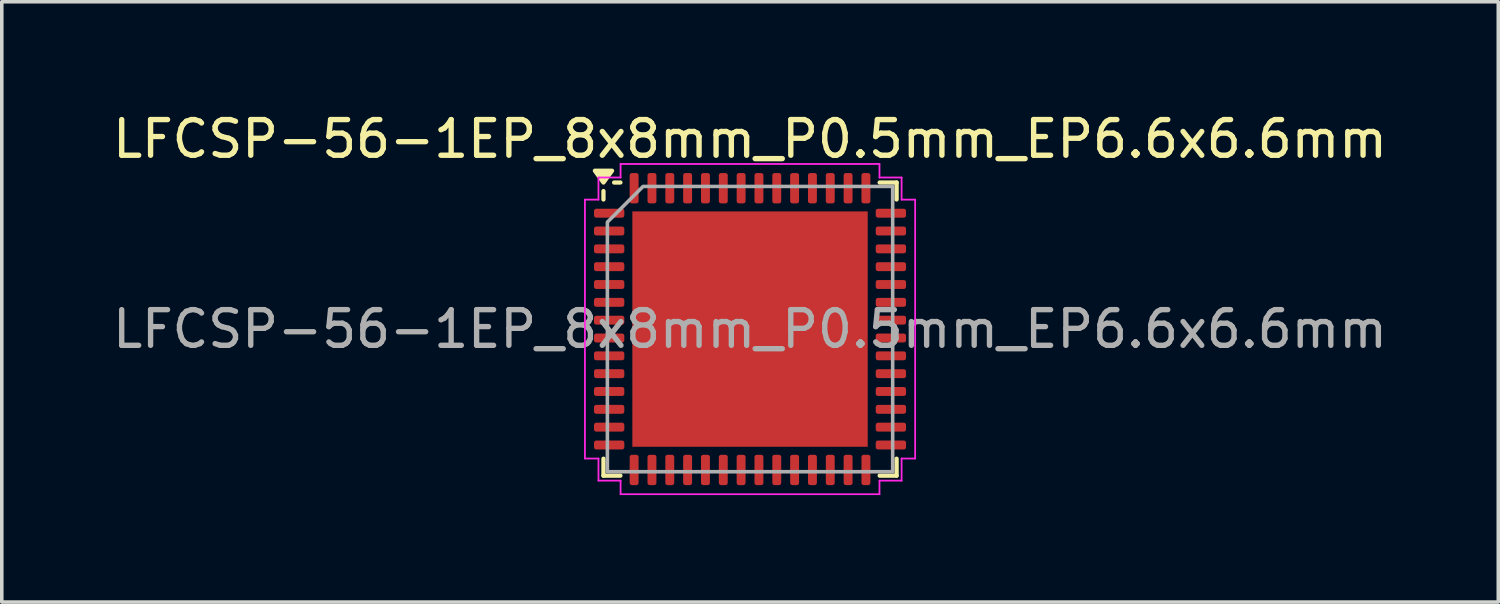
<source format=kicad_pcb>
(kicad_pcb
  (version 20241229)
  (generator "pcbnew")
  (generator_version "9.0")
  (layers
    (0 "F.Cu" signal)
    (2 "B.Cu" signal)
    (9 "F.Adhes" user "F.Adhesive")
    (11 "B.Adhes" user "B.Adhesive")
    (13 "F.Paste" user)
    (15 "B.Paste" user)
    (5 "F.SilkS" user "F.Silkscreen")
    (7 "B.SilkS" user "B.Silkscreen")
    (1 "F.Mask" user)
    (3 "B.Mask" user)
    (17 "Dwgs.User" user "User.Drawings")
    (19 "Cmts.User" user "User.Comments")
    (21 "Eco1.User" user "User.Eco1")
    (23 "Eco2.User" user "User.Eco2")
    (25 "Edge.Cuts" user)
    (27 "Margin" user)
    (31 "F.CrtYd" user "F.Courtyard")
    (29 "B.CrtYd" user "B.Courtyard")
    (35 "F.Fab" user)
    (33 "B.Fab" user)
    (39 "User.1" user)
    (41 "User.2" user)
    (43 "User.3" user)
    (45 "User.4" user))
  (footprint "LFCSP-56-1EP_8x8mm_P0.5mm_EP6.6x6.6mm"
    (layer "F.Cu")
    (at 17.982 6.178)
    (property "Reference" "LFCSP-56-1EP_8x8mm_P0.5mm_EP6.6x6.6mm" (at 0 -5.33 0) (layer "F.SilkS") (effects (font (size 1 1) (thickness 0.15))))
    (attr smd)
    (fp_line (start -4.11 -3.635) (end -4.11 -3.87) (stroke (width 0.12) (type solid)) (layer "F.SilkS"))
    (fp_line (start -4.11 4.11) (end -4.11 3.635) (stroke (width 0.12) (type solid)) (layer "F.SilkS"))
    (fp_line (start -3.635 -4.11) (end -3.81 -4.11) (stroke (width 0.12) (type solid)) (layer "F.SilkS"))
    (fp_line (start -3.635 4.11) (end -4.11 4.11) (stroke (width 0.12) (type solid)) (layer "F.SilkS"))
    (fp_line (start 3.635 -4.11) (end 4.11 -4.11) (stroke (width 0.12) (type solid)) (layer "F.SilkS"))
    (fp_line (start 3.635 4.11) (end 4.11 4.11) (stroke (width 0.12) (type solid)) (layer "F.SilkS"))
    (fp_line (start 4.11 -4.11) (end 4.11 -3.635) (stroke (width 0.12) (type solid)) (layer "F.SilkS"))
    (fp_line (start 4.11 4.11) (end 4.11 3.635) (stroke (width 0.12) (type solid)) (layer "F.SilkS"))
    (fp_poly (pts (xy -4.11 -4.11) (xy -4.35 -4.44) (xy -3.87 -4.44)) (stroke (width 0.12) (type solid)) (fill yes) (layer "F.SilkS"))
    (fp_line (start -4.63 -3.63) (end -4.25 -3.63) (stroke (width 0.05) (type solid)) (layer "F.CrtYd"))
    (fp_line (start -4.63 3.63) (end -4.63 -3.63) (stroke (width 0.05) (type solid)) (layer "F.CrtYd"))
    (fp_line (start -4.25 -4.25) (end -3.63 -4.25) (stroke (width 0.05) (type solid)) (layer "F.CrtYd"))
    (fp_line (start -4.25 -3.63) (end -4.25 -4.25) (stroke (width 0.05) (type solid)) (layer "F.CrtYd"))
    (fp_line (start -4.25 3.63) (end -4.63 3.63) (stroke (width 0.05) (type solid)) (layer "F.CrtYd"))
    (fp_line (start -4.25 4.25) (end -4.25 3.63) (stroke (width 0.05) (type solid)) (layer "F.CrtYd"))
    (fp_line (start -3.63 -4.63) (end 3.63 -4.63) (stroke (width 0.05) (type solid)) (layer "F.CrtYd"))
    (fp_line (start -3.63 -4.25) (end -3.63 -4.63) (stroke (width 0.05) (type solid)) (layer "F.CrtYd"))
    (fp_line (start -3.63 4.25) (end -4.25 4.25) (stroke (width 0.05) (type solid)) (layer "F.CrtYd"))
    (fp_line (start -3.63 4.63) (end -3.63 4.25) (stroke (width 0.05) (type solid)) (layer "F.CrtYd"))
    (fp_line (start 3.63 -4.63) (end 3.63 -4.25) (stroke (width 0.05) (type solid)) (layer "F.CrtYd"))
    (fp_line (start 3.63 -4.25) (end 4.25 -4.25) (stroke (width 0.05) (type solid)) (layer "F.CrtYd"))
    (fp_line (start 3.63 4.25) (end 3.63 4.63) (stroke (width 0.05) (type solid)) (layer "F.CrtYd"))
    (fp_line (start 3.63 4.63) (end -3.63 4.63) (stroke (width 0.05) (type solid)) (layer "F.CrtYd"))
    (fp_line (start 4.25 -4.25) (end 4.25 -3.63) (stroke (width 0.05) (type solid)) (layer "F.CrtYd"))
    (fp_line (start 4.25 -3.63) (end 4.63 -3.63) (stroke (width 0.05) (type solid)) (layer "F.CrtYd"))
    (fp_line (start 4.25 3.63) (end 4.25 4.25) (stroke (width 0.05) (type solid)) (layer "F.CrtYd"))
    (fp_line (start 4.25 4.25) (end 3.63 4.25) (stroke (width 0.05) (type solid)) (layer "F.CrtYd"))
    (fp_line (start 4.63 -3.63) (end 4.63 3.63) (stroke (width 0.05) (type solid)) (layer "F.CrtYd"))
    (fp_line (start 4.63 3.63) (end 4.25 3.63) (stroke (width 0.05) (type solid)) (layer "F.CrtYd"))
    (fp_poly (pts (xy -4 -3) (xy -4 4) (xy 4 4) (xy 4 -4) (xy -3 -4)) (stroke (width 0.1) (type solid)) (fill no) (layer "F.Fab"))
    (fp_text user "${REFERENCE}" (at 0 0 0) (layer "F.Fab") (effects (font (size 1 1) (thickness 0.15))))
    (pad "" smd roundrect (at -2.2 -2.2) (size 1.77 1.77) (layers "F.Paste") (roundrect_rratio 0.141))
    (pad "" smd roundrect (at -2.2 0) (size 1.77 1.77) (layers "F.Paste") (roundrect_rratio 0.141))
    (pad "" smd roundrect (at -2.2 2.2) (size 1.77 1.77) (layers "F.Paste") (roundrect_rratio 0.141))
    (pad "" smd roundrect (at 0 -2.2) (size 1.77 1.77) (layers "F.Paste") (roundrect_rratio 0.141))
    (pad "" smd roundrect (at 0 0) (size 1.77 1.77) (layers "F.Paste") (roundrect_rratio 0.141))
    (pad "" smd roundrect (at 0 2.2) (size 1.77 1.77) (layers "F.Paste") (roundrect_rratio 0.141))
    (pad "" smd roundrect (at 2.2 -2.2) (size 1.77 1.77) (layers "F.Paste") (roundrect_rratio 0.141))
    (pad "" smd roundrect (at 2.2 0) (size 1.77 1.77) (layers "F.Paste") (roundrect_rratio 0.141))
    (pad "" smd roundrect (at 2.2 2.2) (size 1.77 1.77) (layers "F.Paste") (roundrect_rratio 0.141))
    (pad "1" smd roundrect (at -3.95 -3.25) (size 0.85 0.25) (layers "F.Cu" "F.Mask" "F.Paste") (roundrect_rratio 0.25))
    (pad "2" smd roundrect (at -3.95 -2.75) (size 0.85 0.25) (layers "F.Cu" "F.Mask" "F.Paste") (roundrect_rratio 0.25))
    (pad "3" smd roundrect (at -3.95 -2.25) (size 0.85 0.25) (layers "F.Cu" "F.Mask" "F.Paste") (roundrect_rratio 0.25))
    (pad "4" smd roundrect (at -3.95 -1.75) (size 0.85 0.25) (layers "F.Cu" "F.Mask" "F.Paste") (roundrect_rratio 0.25))
    (pad "5" smd roundrect (at -3.95 -1.25) (size 0.85 0.25) (layers "F.Cu" "F.Mask" "F.Paste") (roundrect_rratio 0.25))
    (pad "6" smd roundrect (at -3.95 -0.75) (size 0.85 0.25) (layers "F.Cu" "F.Mask" "F.Paste") (roundrect_rratio 0.25))
    (pad "7" smd roundrect (at -3.95 -0.25) (size 0.85 0.25) (layers "F.Cu" "F.Mask" "F.Paste") (roundrect_rratio 0.25))
    (pad "8" smd roundrect (at -3.95 0.25) (size 0.85 0.25) (layers "F.Cu" "F.Mask" "F.Paste") (roundrect_rratio 0.25))
    (pad "9" smd roundrect (at -3.95 0.75) (size 0.85 0.25) (layers "F.Cu" "F.Mask" "F.Paste") (roundrect_rratio 0.25))
    (pad "10" smd roundrect (at -3.95 1.25) (size 0.85 0.25) (layers "F.Cu" "F.Mask" "F.Paste") (roundrect_rratio 0.25))
    (pad "11" smd roundrect (at -3.95 1.75) (size 0.85 0.25) (layers "F.Cu" "F.Mask" "F.Paste") (roundrect_rratio 0.25))
    (pad "12" smd roundrect (at -3.95 2.25) (size 0.85 0.25) (layers "F.Cu" "F.Mask" "F.Paste") (roundrect_rratio 0.25))
    (pad "13" smd roundrect (at -3.95 2.75) (size 0.85 0.25) (layers "F.Cu" "F.Mask" "F.Paste") (roundrect_rratio 0.25))
    (pad "14" smd roundrect (at -3.95 3.25) (size 0.85 0.25) (layers "F.Cu" "F.Mask" "F.Paste") (roundrect_rratio 0.25))
    (pad "15" smd roundrect (at -3.25 3.95) (size 0.25 0.85) (layers "F.Cu" "F.Mask" "F.Paste") (roundrect_rratio 0.25))
    (pad "16" smd roundrect (at -2.75 3.95) (size 0.25 0.85) (layers "F.Cu" "F.Mask" "F.Paste") (roundrect_rratio 0.25))
    (pad "17" smd roundrect (at -2.25 3.95) (size 0.25 0.85) (layers "F.Cu" "F.Mask" "F.Paste") (roundrect_rratio 0.25))
    (pad "18" smd roundrect (at -1.75 3.95) (size 0.25 0.85) (layers "F.Cu" "F.Mask" "F.Paste") (roundrect_rratio 0.25))
    (pad "19" smd roundrect (at -1.25 3.95) (size 0.25 0.85) (layers "F.Cu" "F.Mask" "F.Paste") (roundrect_rratio 0.25))
    (pad "20" smd roundrect (at -0.75 3.95) (size 0.25 0.85) (layers "F.Cu" "F.Mask" "F.Paste") (roundrect_rratio 0.25))
    (pad "21" smd roundrect (at -0.25 3.95) (size 0.25 0.85) (layers "F.Cu" "F.Mask" "F.Paste") (roundrect_rratio 0.25))
    (pad "22" smd roundrect (at 0.25 3.95) (size 0.25 0.85) (layers "F.Cu" "F.Mask" "F.Paste") (roundrect_rratio 0.25))
    (pad "23" smd roundrect (at 0.75 3.95) (size 0.25 0.85) (layers "F.Cu" "F.Mask" "F.Paste") (roundrect_rratio 0.25))
    (pad "24" smd roundrect (at 1.25 3.95) (size 0.25 0.85) (layers "F.Cu" "F.Mask" "F.Paste") (roundrect_rratio 0.25))
    (pad "25" smd roundrect (at 1.75 3.95) (size 0.25 0.85) (layers "F.Cu" "F.Mask" "F.Paste") (roundrect_rratio 0.25))
    (pad "26" smd roundrect (at 2.25 3.95) (size 0.25 0.85) (layers "F.Cu" "F.Mask" "F.Paste") (roundrect_rratio 0.25))
    (pad "27" smd roundrect (at 2.75 3.95) (size 0.25 0.85) (layers "F.Cu" "F.Mask" "F.Paste") (roundrect_rratio 0.25))
    (pad "28" smd roundrect (at 3.25 3.95) (size 0.25 0.85) (layers "F.Cu" "F.Mask" "F.Paste") (roundrect_rratio 0.25))
    (pad "29" smd roundrect (at 3.95 3.25) (size 0.85 0.25) (layers "F.Cu" "F.Mask" "F.Paste") (roundrect_rratio 0.25))
    (pad "30" smd roundrect (at 3.95 2.75) (size 0.85 0.25) (layers "F.Cu" "F.Mask" "F.Paste") (roundrect_rratio 0.25))
    (pad "31" smd roundrect (at 3.95 2.25) (size 0.85 0.25) (layers "F.Cu" "F.Mask" "F.Paste") (roundrect_rratio 0.25))
    (pad "32" smd roundrect (at 3.95 1.75) (size 0.85 0.25) (layers "F.Cu" "F.Mask" "F.Paste") (roundrect_rratio 0.25))
    (pad "33" smd roundrect (at 3.95 1.25) (size 0.85 0.25) (layers "F.Cu" "F.Mask" "F.Paste") (roundrect_rratio 0.25))
    (pad "34" smd roundrect (at 3.95 0.75) (size 0.85 0.25) (layers "F.Cu" "F.Mask" "F.Paste") (roundrect_rratio 0.25))
    (pad "35" smd roundrect (at 3.95 0.25) (size 0.85 0.25) (layers "F.Cu" "F.Mask" "F.Paste") (roundrect_rratio 0.25))
    (pad "36" smd roundrect (at 3.95 -0.25) (size 0.85 0.25) (layers "F.Cu" "F.Mask" "F.Paste") (roundrect_rratio 0.25))
    (pad "37" smd roundrect (at 3.95 -0.75) (size 0.85 0.25) (layers "F.Cu" "F.Mask" "F.Paste") (roundrect_rratio 0.25))
    (pad "38" smd roundrect (at 3.95 -1.25) (size 0.85 0.25) (layers "F.Cu" "F.Mask" "F.Paste") (roundrect_rratio 0.25))
    (pad "39" smd roundrect (at 3.95 -1.75) (size 0.85 0.25) (layers "F.Cu" "F.Mask" "F.Paste") (roundrect_rratio 0.25))
    (pad "40" smd roundrect (at 3.95 -2.25) (size 0.85 0.25) (layers "F.Cu" "F.Mask" "F.Paste") (roundrect_rratio 0.25))
    (pad "41" smd roundrect (at 3.95 -2.75) (size 0.85 0.25) (layers "F.Cu" "F.Mask" "F.Paste") (roundrect_rratio 0.25))
    (pad "42" smd roundrect (at 3.95 -3.25) (size 0.85 0.25) (layers "F.Cu" "F.Mask" "F.Paste") (roundrect_rratio 0.25))
    (pad "43" smd roundrect (at 3.25 -3.95) (size 0.25 0.85) (layers "F.Cu" "F.Mask" "F.Paste") (roundrect_rratio 0.25))
    (pad "44" smd roundrect (at 2.75 -3.95) (size 0.25 0.85) (layers "F.Cu" "F.Mask" "F.Paste") (roundrect_rratio 0.25))
    (pad "45" smd roundrect (at 2.25 -3.95) (size 0.25 0.85) (layers "F.Cu" "F.Mask" "F.Paste") (roundrect_rratio 0.25))
    (pad "46" smd roundrect (at 1.75 -3.95) (size 0.25 0.85) (layers "F.Cu" "F.Mask" "F.Paste") (roundrect_rratio 0.25))
    (pad "47" smd roundrect (at 1.25 -3.95) (size 0.25 0.85) (layers "F.Cu" "F.Mask" "F.Paste") (roundrect_rratio 0.25))
    (pad "48" smd roundrect (at 0.75 -3.95) (size 0.25 0.85) (layers "F.Cu" "F.Mask" "F.Paste") (roundrect_rratio 0.25))
    (pad "49" smd roundrect (at 0.25 -3.95) (size 0.25 0.85) (layers "F.Cu" "F.Mask" "F.Paste") (roundrect_rratio 0.25))
    (pad "50" smd roundrect (at -0.25 -3.95) (size 0.25 0.85) (layers "F.Cu" "F.Mask" "F.Paste") (roundrect_rratio 0.25))
    (pad "51" smd roundrect (at -0.75 -3.95) (size 0.25 0.85) (layers "F.Cu" "F.Mask" "F.Paste") (roundrect_rratio 0.25))
    (pad "52" smd roundrect (at -1.25 -3.95) (size 0.25 0.85) (layers "F.Cu" "F.Mask" "F.Paste") (roundrect_rratio 0.25))
    (pad "53" smd roundrect (at -1.75 -3.95) (size 0.25 0.85) (layers "F.Cu" "F.Mask" "F.Paste") (roundrect_rratio 0.25))
    (pad "54" smd roundrect (at -2.25 -3.95) (size 0.25 0.85) (layers "F.Cu" "F.Mask" "F.Paste") (roundrect_rratio 0.25))
    (pad "55" smd roundrect (at -2.75 -3.95) (size 0.25 0.85) (layers "F.Cu" "F.Mask" "F.Paste") (roundrect_rratio 0.25))
    (pad "56" smd roundrect (at -3.25 -3.95) (size 0.25 0.85) (layers "F.Cu" "F.Mask" "F.Paste") (roundrect_rratio 0.25))
    (pad "57" smd rect (at 0 0) (size 6.6 6.6) (property pad_prop_heatsink) (layers "F.Cu" "F.Mask")))
  (gr_rect
    (start -3 -3)
    (end 38.964 13.833)
    (stroke (width 0.1) (type default))
    (fill no)
    (layer "Edge.Cuts")))
</source>
